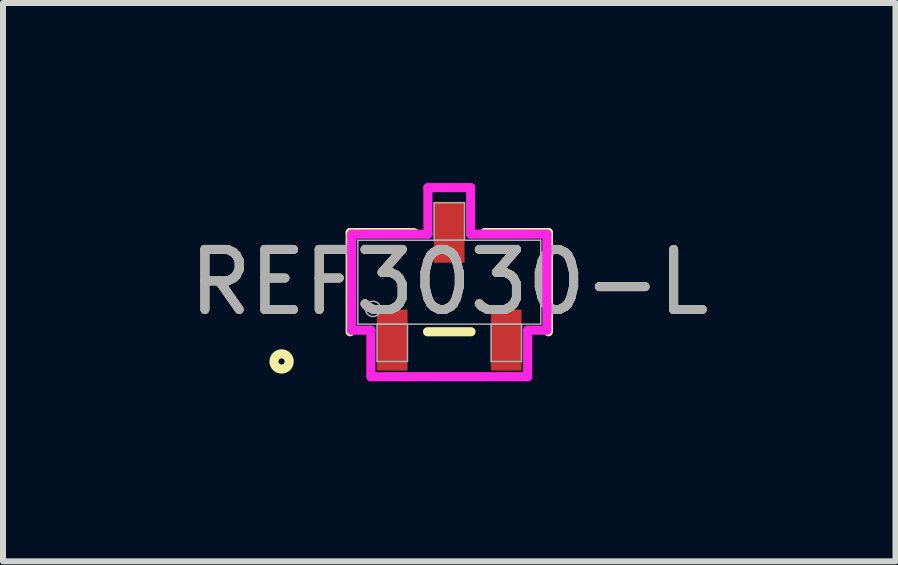
<source format=kicad_pcb>
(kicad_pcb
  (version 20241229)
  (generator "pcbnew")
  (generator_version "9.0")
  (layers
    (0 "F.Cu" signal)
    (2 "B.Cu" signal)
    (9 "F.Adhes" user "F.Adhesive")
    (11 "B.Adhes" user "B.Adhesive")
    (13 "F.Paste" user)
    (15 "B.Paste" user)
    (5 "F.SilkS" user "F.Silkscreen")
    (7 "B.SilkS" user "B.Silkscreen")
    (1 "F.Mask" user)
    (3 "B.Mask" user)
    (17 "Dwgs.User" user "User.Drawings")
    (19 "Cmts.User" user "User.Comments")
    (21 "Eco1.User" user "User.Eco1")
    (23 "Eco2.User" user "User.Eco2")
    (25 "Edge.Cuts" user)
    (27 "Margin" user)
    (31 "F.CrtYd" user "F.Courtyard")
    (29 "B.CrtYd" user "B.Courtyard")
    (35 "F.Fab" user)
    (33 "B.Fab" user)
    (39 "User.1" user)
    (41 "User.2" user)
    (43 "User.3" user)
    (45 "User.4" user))
  (footprint "REF3030-L"
    (layer "F.Cu")
    (at 4.435 1.651)
    (property "Reference" "REF3030-L" (at 0 0 0) (unlocked yes) (layer "F.SilkS") (effects (font (size 1 1) (thickness 0.15))))
    (attr smd)
    (fp_line (start -1.651 -0.826) (end -1.651 0.826) (stroke (width 0.152) (type solid)) (layer "F.SilkS"))
    (fp_line (start -0.587 -0.826) (end -1.651 -0.826) (stroke (width 0.152) (type solid)) (layer "F.SilkS"))
    (fp_line (start -0.363 0.826) (end 0.363 0.826) (stroke (width 0.152) (type solid)) (layer "F.SilkS"))
    (fp_line (start 1.651 -0.826) (end 0.587 -0.826) (stroke (width 0.152) (type solid)) (layer "F.SilkS"))
    (fp_line (start 1.651 0.826) (end 1.651 -0.826) (stroke (width 0.152) (type solid)) (layer "F.SilkS"))
    (fp_circle (center -2.794 1.321) (end -2.667 1.321) (stroke (width 0.152) (type solid)) (fill no) (layer "F.SilkS"))
    (fp_line (start -1.626 -0.8) (end -0.356 -0.8) (stroke (width 0.152) (type solid)) (layer "F.CrtYd"))
    (fp_line (start -1.626 0.8) (end -1.626 -0.8) (stroke (width 0.152) (type solid)) (layer "F.CrtYd"))
    (fp_line (start -1.626 0.8) (end -1.306 0.8) (stroke (width 0.152) (type solid)) (layer "F.CrtYd"))
    (fp_line (start -1.306 0.8) (end -1.306 1.575) (stroke (width 0.152) (type solid)) (layer "F.CrtYd"))
    (fp_line (start -1.306 1.575) (end 1.306 1.575) (stroke (width 0.152) (type solid)) (layer "F.CrtYd"))
    (fp_line (start -0.356 -1.575) (end 0.356 -1.575) (stroke (width 0.152) (type solid)) (layer "F.CrtYd"))
    (fp_line (start -0.356 -0.8) (end -0.356 -1.575) (stroke (width 0.152) (type solid)) (layer "F.CrtYd"))
    (fp_line (start 0.356 -0.8) (end 0.356 -1.575) (stroke (width 0.152) (type solid)) (layer "F.CrtYd"))
    (fp_line (start 1.306 0.8) (end 1.306 1.575) (stroke (width 0.152) (type solid)) (layer "F.CrtYd"))
    (fp_line (start 1.626 -0.8) (end 0.356 -0.8) (stroke (width 0.152) (type solid)) (layer "F.CrtYd"))
    (fp_line (start 1.626 -0.8) (end 1.626 0.8) (stroke (width 0.152) (type solid)) (layer "F.CrtYd"))
    (fp_line (start 1.626 0.8) (end 1.306 0.8) (stroke (width 0.152) (type solid)) (layer "F.CrtYd"))
    (fp_line (start -1.524 -0.699) (end -1.524 0.699) (stroke (width 0.025) (type solid)) (layer "F.Fab"))
    (fp_line (start -1.524 0.699) (end 1.524 0.699) (stroke (width 0.025) (type solid)) (layer "F.Fab"))
    (fp_line (start -1.204 0.699) (end -1.204 1.321) (stroke (width 0.025) (type solid)) (layer "F.Fab"))
    (fp_line (start -1.204 1.321) (end -0.696 1.321) (stroke (width 0.025) (type solid)) (layer "F.Fab"))
    (fp_line (start -0.696 0.699) (end -1.204 0.699) (stroke (width 0.025) (type solid)) (layer "F.Fab"))
    (fp_line (start -0.696 1.321) (end -0.696 0.699) (stroke (width 0.025) (type solid)) (layer "F.Fab"))
    (fp_line (start -0.254 -1.321) (end -0.254 -0.699) (stroke (width 0.025) (type solid)) (layer "F.Fab"))
    (fp_line (start -0.254 -0.699) (end 0.254 -0.699) (stroke (width 0.025) (type solid)) (layer "F.Fab"))
    (fp_line (start 0.254 -1.321) (end -0.254 -1.321) (stroke (width 0.025) (type solid)) (layer "F.Fab"))
    (fp_line (start 0.254 -0.699) (end 0.254 -1.321) (stroke (width 0.025) (type solid)) (layer "F.Fab"))
    (fp_line (start 0.696 0.699) (end 0.696 1.321) (stroke (width 0.025) (type solid)) (layer "F.Fab"))
    (fp_line (start 0.696 1.321) (end 1.204 1.321) (stroke (width 0.025) (type solid)) (layer "F.Fab"))
    (fp_line (start 1.204 0.699) (end 0.696 0.699) (stroke (width 0.025) (type solid)) (layer "F.Fab"))
    (fp_line (start 1.204 1.321) (end 1.204 0.699) (stroke (width 0.025) (type solid)) (layer "F.Fab"))
    (fp_line (start 1.524 -0.699) (end -1.524 -0.699) (stroke (width 0.025) (type solid)) (layer "F.Fab"))
    (fp_line (start 1.524 0.699) (end 1.524 -0.699) (stroke (width 0.025) (type solid)) (layer "F.Fab"))
    (fp_circle (center -1.27 0.445) (end -1.143 0.445) (stroke (width 0.025) (type solid)) (fill no) (layer "F.Fab"))
    (fp_text user "${REFERENCE}" (at 0 0 0) (unlocked yes) (layer "F.Fab") (effects (font (size 1 1) (thickness 0.15))))
    (pad "1" smd rect (at -0.95 0.965) (size 0.508 1.016) (layers "F.Cu" "F.Mask" "F.Paste"))
    (pad "2" smd rect (at 0.95 0.965) (size 0.508 1.016) (layers "F.Cu" "F.Mask" "F.Paste"))
    (pad "3" smd rect (at 0 -0.832) (size 0.508 1.016) (layers "F.Cu" "F.Mask" "F.Paste")))
  (gr_rect
    (start -3 -3)
    (end 11.869 6.302)
    (stroke (width 0.1) (type default))
    (fill no)
    (layer "Edge.Cuts")))
</source>
